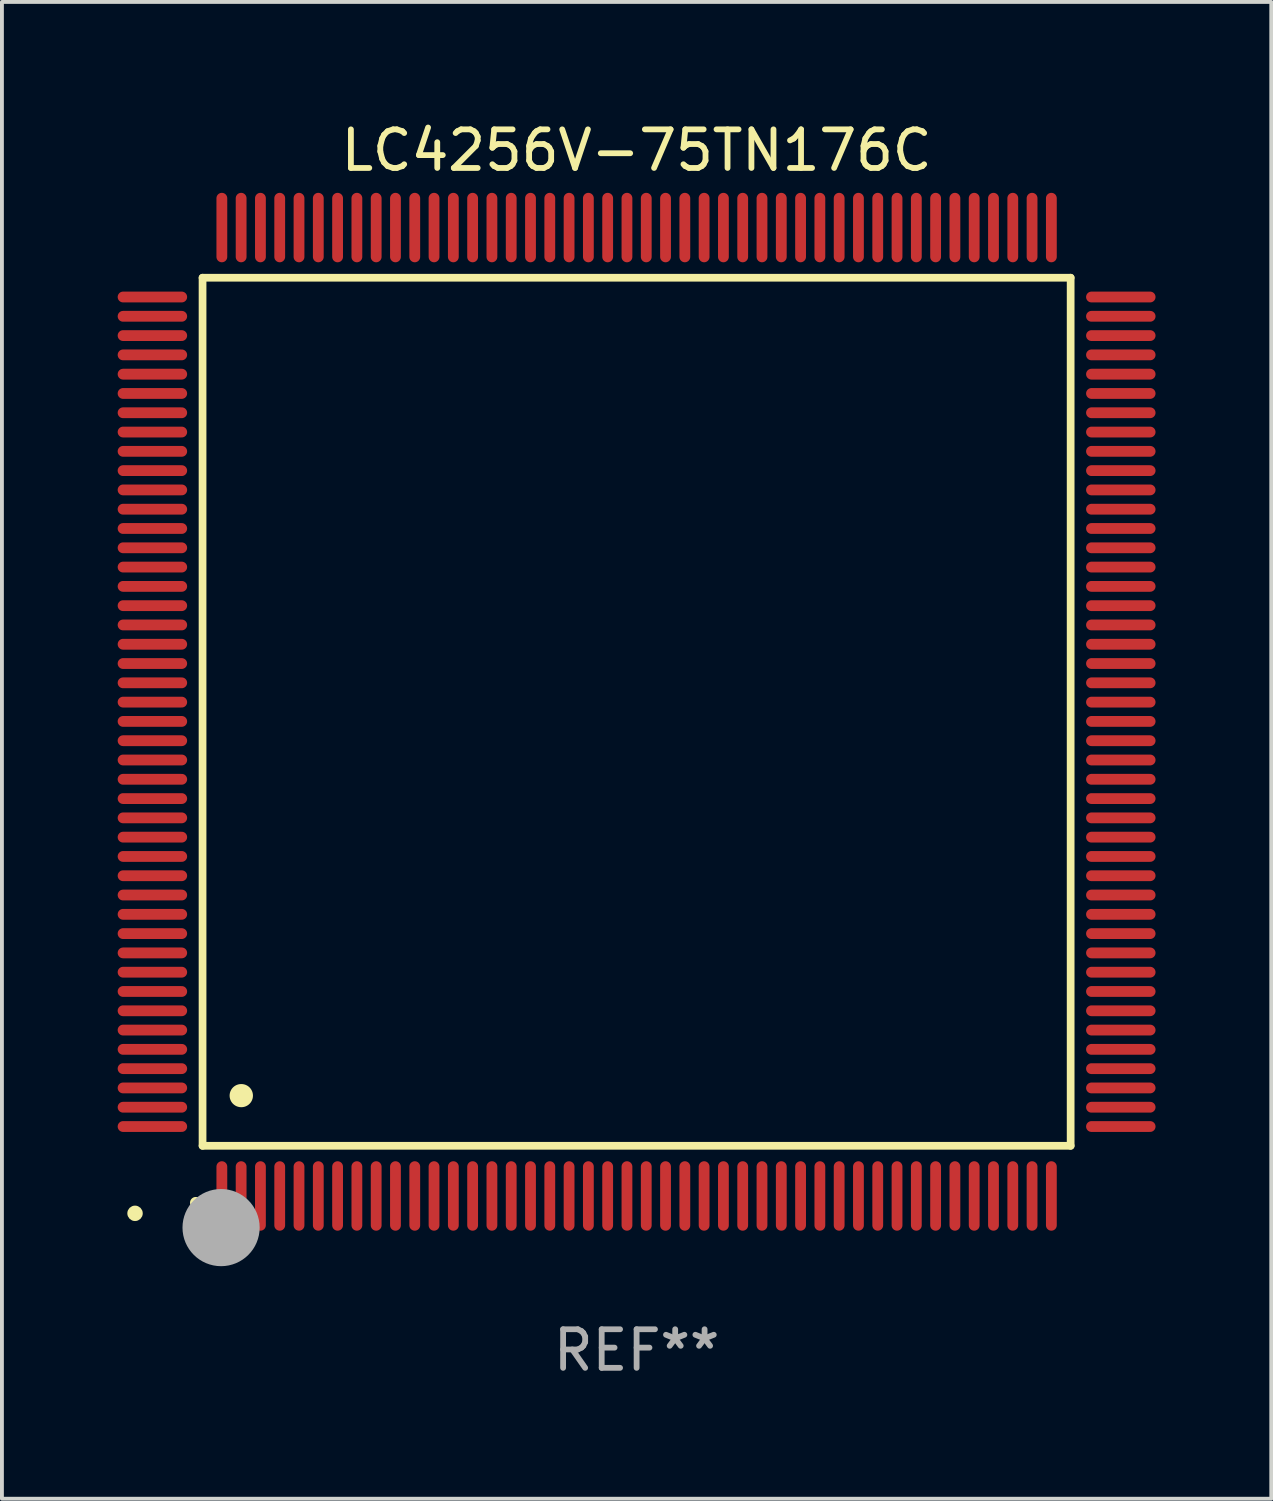
<source format=kicad_pcb>
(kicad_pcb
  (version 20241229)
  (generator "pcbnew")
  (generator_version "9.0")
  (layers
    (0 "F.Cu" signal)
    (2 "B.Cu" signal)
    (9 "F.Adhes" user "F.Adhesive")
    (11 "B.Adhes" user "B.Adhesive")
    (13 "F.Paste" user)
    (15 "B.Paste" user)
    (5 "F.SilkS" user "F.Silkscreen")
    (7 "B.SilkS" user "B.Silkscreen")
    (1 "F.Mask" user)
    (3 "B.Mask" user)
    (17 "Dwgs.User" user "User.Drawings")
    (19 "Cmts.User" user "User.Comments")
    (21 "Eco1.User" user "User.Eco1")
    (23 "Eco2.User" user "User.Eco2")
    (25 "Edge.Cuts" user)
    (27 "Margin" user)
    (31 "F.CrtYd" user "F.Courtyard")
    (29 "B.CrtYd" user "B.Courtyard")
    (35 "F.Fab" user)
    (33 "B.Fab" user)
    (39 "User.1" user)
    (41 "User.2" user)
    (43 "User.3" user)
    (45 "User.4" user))
  (footprint "LC4256V-75TN176C"
    (layer "F.Cu")
    (at 13.45 15.398)
    (property "Reference" "LC4256V-75TN176C" (at 0 -14.55 0) (layer "F.SilkS") (effects (font (size 1 1) (thickness 0.15))))
    (attr through_hole)
    (fp_line (start -11.25 -11.25) (end 11.25 -11.25) (stroke (width 0.2) (type solid)) (layer "F.SilkS"))
    (fp_line (start -11.25 11.25) (end -11.25 -11.25) (stroke (width 0.2) (type solid)) (layer "F.SilkS"))
    (fp_line (start 11.25 -11.25) (end 11.25 11.25) (stroke (width 0.2) (type solid)) (layer "F.SilkS"))
    (fp_line (start 11.25 11.25) (end -11.25 11.25) (stroke (width 0.2) (type solid)) (layer "F.SilkS"))
    (fp_arc (start -11.424943 12.725425) (mid -11.423673 12.72542) (end -11.422403 12.725425) (stroke (width 0.3) (type solid)) (layer "F.SilkS"))
    (fp_arc (start -10.24892 9.9492) (mid -10.24638 9.949189) (end -10.24384 9.9492) (stroke (width 0.6) (type solid)) (layer "F.SilkS"))
    (fp_circle (center -13 13) (end -12.9 13) (stroke (width 0.2) (type solid)) (fill no) (layer "F.SilkS"))
    (fp_circle (center -10.77 13.37) (end -10.27 13.37) (stroke (width 1) (type solid)) (fill no) (layer "F.Fab"))
    (fp_text user "REF**" (at 0 16.55 0) (layer "F.Fab") (effects (font (size 1 1) (thickness 0.15))))
    (pad "1" smd oval (at -10.75 12.55) (size 0.28 1.8) (layers "F.Cu" "F.Mask" "F.Paste"))
    (pad "2" smd oval (at -10.25 12.55) (size 0.28 1.8) (layers "F.Cu" "F.Mask" "F.Paste"))
    (pad "3" smd oval (at -9.75 12.55) (size 0.28 1.8) (layers "F.Cu" "F.Mask" "F.Paste"))
    (pad "4" smd oval (at -9.25 12.55) (size 0.28 1.8) (layers "F.Cu" "F.Mask" "F.Paste"))
    (pad "5" smd oval (at -8.75 12.55) (size 0.28 1.8) (layers "F.Cu" "F.Mask" "F.Paste"))
    (pad "6" smd oval (at -8.25 12.55) (size 0.28 1.8) (layers "F.Cu" "F.Mask" "F.Paste"))
    (pad "7" smd oval (at -7.75 12.55) (size 0.28 1.8) (layers "F.Cu" "F.Mask" "F.Paste"))
    (pad "8" smd oval (at -7.25 12.55) (size 0.28 1.8) (layers "F.Cu" "F.Mask" "F.Paste"))
    (pad "9" smd oval (at -6.75 12.55) (size 0.28 1.8) (layers "F.Cu" "F.Mask" "F.Paste"))
    (pad "10" smd oval (at -6.25 12.55) (size 0.28 1.8) (layers "F.Cu" "F.Mask" "F.Paste"))
    (pad "11" smd oval (at -5.75 12.55) (size 0.28 1.8) (layers "F.Cu" "F.Mask" "F.Paste"))
    (pad "12" smd oval (at -5.25 12.55) (size 0.28 1.8) (layers "F.Cu" "F.Mask" "F.Paste"))
    (pad "13" smd oval (at -4.75 12.55) (size 0.28 1.8) (layers "F.Cu" "F.Mask" "F.Paste"))
    (pad "14" smd oval (at -4.25 12.55) (size 0.28 1.8) (layers "F.Cu" "F.Mask" "F.Paste"))
    (pad "15" smd oval (at -3.75 12.55) (size 0.28 1.8) (layers "F.Cu" "F.Mask" "F.Paste"))
    (pad "16" smd oval (at -3.25 12.55) (size 0.28 1.8) (layers "F.Cu" "F.Mask" "F.Paste"))
    (pad "17" smd oval (at -2.75 12.55) (size 0.28 1.8) (layers "F.Cu" "F.Mask" "F.Paste"))
    (pad "18" smd oval (at -2.25 12.55) (size 0.28 1.8) (layers "F.Cu" "F.Mask" "F.Paste"))
    (pad "19" smd oval (at -1.75 12.55) (size 0.28 1.8) (layers "F.Cu" "F.Mask" "F.Paste"))
    (pad "20" smd oval (at -1.25 12.55) (size 0.28 1.8) (layers "F.Cu" "F.Mask" "F.Paste"))
    (pad "21" smd oval (at -0.75 12.55) (size 0.28 1.8) (layers "F.Cu" "F.Mask" "F.Paste"))
    (pad "22" smd oval (at -0.25 12.55) (size 0.28 1.8) (layers "F.Cu" "F.Mask" "F.Paste"))
    (pad "23" smd oval (at 0.25 12.55) (size 0.28 1.8) (layers "F.Cu" "F.Mask" "F.Paste"))
    (pad "24" smd oval (at 0.75 12.55) (size 0.28 1.8) (layers "F.Cu" "F.Mask" "F.Paste"))
    (pad "25" smd oval (at 1.25 12.55) (size 0.28 1.8) (layers "F.Cu" "F.Mask" "F.Paste"))
    (pad "26" smd oval (at 1.75 12.55) (size 0.28 1.8) (layers "F.Cu" "F.Mask" "F.Paste"))
    (pad "27" smd oval (at 2.25 12.55) (size 0.28 1.8) (layers "F.Cu" "F.Mask" "F.Paste"))
    (pad "28" smd oval (at 2.75 12.55) (size 0.28 1.8) (layers "F.Cu" "F.Mask" "F.Paste"))
    (pad "29" smd oval (at 3.25 12.55) (size 0.28 1.8) (layers "F.Cu" "F.Mask" "F.Paste"))
    (pad "30" smd oval (at 3.75 12.55) (size 0.28 1.8) (layers "F.Cu" "F.Mask" "F.Paste"))
    (pad "31" smd oval (at 4.25 12.55) (size 0.28 1.8) (layers "F.Cu" "F.Mask" "F.Paste"))
    (pad "32" smd oval (at 4.75 12.55) (size 0.28 1.8) (layers "F.Cu" "F.Mask" "F.Paste"))
    (pad "33" smd oval (at 5.25 12.55) (size 0.28 1.8) (layers "F.Cu" "F.Mask" "F.Paste"))
    (pad "34" smd oval (at 5.75 12.55) (size 0.28 1.8) (layers "F.Cu" "F.Mask" "F.Paste"))
    (pad "35" smd oval (at 6.25 12.55) (size 0.28 1.8) (layers "F.Cu" "F.Mask" "F.Paste"))
    (pad "36" smd oval (at 6.75 12.55) (size 0.28 1.8) (layers "F.Cu" "F.Mask" "F.Paste"))
    (pad "37" smd oval (at 7.25 12.55) (size 0.28 1.8) (layers "F.Cu" "F.Mask" "F.Paste"))
    (pad "38" smd oval (at 7.75 12.55) (size 0.28 1.8) (layers "F.Cu" "F.Mask" "F.Paste"))
    (pad "39" smd oval (at 8.25 12.55) (size 0.28 1.8) (layers "F.Cu" "F.Mask" "F.Paste"))
    (pad "40" smd oval (at 8.75 12.55) (size 0.28 1.8) (layers "F.Cu" "F.Mask" "F.Paste"))
    (pad "41" smd oval (at 9.25 12.55) (size 0.28 1.8) (layers "F.Cu" "F.Mask" "F.Paste"))
    (pad "42" smd oval (at 9.75 12.55) (size 0.28 1.8) (layers "F.Cu" "F.Mask" "F.Paste"))
    (pad "43" smd oval (at 10.25 12.55) (size 0.28 1.8) (layers "F.Cu" "F.Mask" "F.Paste"))
    (pad "44" smd oval (at 10.75 12.55) (size 0.28 1.8) (layers "F.Cu" "F.Mask" "F.Paste"))
    (pad "45" smd oval (at 12.55 10.75) (size 1.8 0.28) (layers "F.Cu" "F.Mask" "F.Paste"))
    (pad "46" smd oval (at 12.55 10.25) (size 1.8 0.28) (layers "F.Cu" "F.Mask" "F.Paste"))
    (pad "47" smd oval (at 12.55 9.75) (size 1.8 0.28) (layers "F.Cu" "F.Mask" "F.Paste"))
    (pad "48" smd oval (at 12.55 9.25) (size 1.8 0.28) (layers "F.Cu" "F.Mask" "F.Paste"))
    (pad "49" smd oval (at 12.55 8.75) (size 1.8 0.28) (layers "F.Cu" "F.Mask" "F.Paste"))
    (pad "50" smd oval (at 12.55 8.25) (size 1.8 0.28) (layers "F.Cu" "F.Mask" "F.Paste"))
    (pad "51" smd oval (at 12.55 7.75) (size 1.8 0.28) (layers "F.Cu" "F.Mask" "F.Paste"))
    (pad "52" smd oval (at 12.55 7.25) (size 1.8 0.28) (layers "F.Cu" "F.Mask" "F.Paste"))
    (pad "53" smd oval (at 12.55 6.75) (size 1.8 0.28) (layers "F.Cu" "F.Mask" "F.Paste"))
    (pad "54" smd oval (at 12.55 6.25) (size 1.8 0.28) (layers "F.Cu" "F.Mask" "F.Paste"))
    (pad "55" smd oval (at 12.55 5.75) (size 1.8 0.28) (layers "F.Cu" "F.Mask" "F.Paste"))
    (pad "56" smd oval (at 12.55 5.25) (size 1.8 0.28) (layers "F.Cu" "F.Mask" "F.Paste"))
    (pad "57" smd oval (at 12.55 4.75) (size 1.8 0.28) (layers "F.Cu" "F.Mask" "F.Paste"))
    (pad "58" smd oval (at 12.55 4.25) (size 1.8 0.28) (layers "F.Cu" "F.Mask" "F.Paste"))
    (pad "59" smd oval (at 12.55 3.75) (size 1.8 0.28) (layers "F.Cu" "F.Mask" "F.Paste"))
    (pad "60" smd oval (at 12.55 3.25) (size 1.8 0.28) (layers "F.Cu" "F.Mask" "F.Paste"))
    (pad "61" smd oval (at 12.55 2.75) (size 1.8 0.28) (layers "F.Cu" "F.Mask" "F.Paste"))
    (pad "62" smd oval (at 12.55 2.25) (size 1.8 0.28) (layers "F.Cu" "F.Mask" "F.Paste"))
    (pad "63" smd oval (at 12.55 1.75) (size 1.8 0.28) (layers "F.Cu" "F.Mask" "F.Paste"))
    (pad "64" smd oval (at 12.55 1.25) (size 1.8 0.28) (layers "F.Cu" "F.Mask" "F.Paste"))
    (pad "65" smd oval (at 12.55 0.75) (size 1.8 0.28) (layers "F.Cu" "F.Mask" "F.Paste"))
    (pad "66" smd oval (at 12.55 0.25) (size 1.8 0.28) (layers "F.Cu" "F.Mask" "F.Paste"))
    (pad "67" smd oval (at 12.55 -0.25) (size 1.8 0.28) (layers "F.Cu" "F.Mask" "F.Paste"))
    (pad "68" smd oval (at 12.55 -0.75) (size 1.8 0.28) (layers "F.Cu" "F.Mask" "F.Paste"))
    (pad "69" smd oval (at 12.55 -1.25) (size 1.8 0.28) (layers "F.Cu" "F.Mask" "F.Paste"))
    (pad "70" smd oval (at 12.55 -1.75) (size 1.8 0.28) (layers "F.Cu" "F.Mask" "F.Paste"))
    (pad "71" smd oval (at 12.55 -2.25) (size 1.8 0.28) (layers "F.Cu" "F.Mask" "F.Paste"))
    (pad "72" smd oval (at 12.55 -2.75) (size 1.8 0.28) (layers "F.Cu" "F.Mask" "F.Paste"))
    (pad "73" smd oval (at 12.55 -3.25) (size 1.8 0.28) (layers "F.Cu" "F.Mask" "F.Paste"))
    (pad "74" smd oval (at 12.55 -3.75) (size 1.8 0.28) (layers "F.Cu" "F.Mask" "F.Paste"))
    (pad "75" smd oval (at 12.55 -4.25) (size 1.8 0.28) (layers "F.Cu" "F.Mask" "F.Paste"))
    (pad "76" smd oval (at 12.55 -4.75) (size 1.8 0.28) (layers "F.Cu" "F.Mask" "F.Paste"))
    (pad "77" smd oval (at 12.55 -5.25) (size 1.8 0.28) (layers "F.Cu" "F.Mask" "F.Paste"))
    (pad "78" smd oval (at 12.55 -5.75) (size 1.8 0.28) (layers "F.Cu" "F.Mask" "F.Paste"))
    (pad "79" smd oval (at 12.55 -6.25) (size 1.8 0.28) (layers "F.Cu" "F.Mask" "F.Paste"))
    (pad "80" smd oval (at 12.55 -6.75) (size 1.8 0.28) (layers "F.Cu" "F.Mask" "F.Paste"))
    (pad "81" smd oval (at 12.55 -7.25) (size 1.8 0.28) (layers "F.Cu" "F.Mask" "F.Paste"))
    (pad "82" smd oval (at 12.55 -7.75) (size 1.8 0.28) (layers "F.Cu" "F.Mask" "F.Paste"))
    (pad "83" smd oval (at 12.55 -8.25) (size 1.8 0.28) (layers "F.Cu" "F.Mask" "F.Paste"))
    (pad "84" smd oval (at 12.55 -8.75) (size 1.8 0.28) (layers "F.Cu" "F.Mask" "F.Paste"))
    (pad "85" smd oval (at 12.55 -9.25) (size 1.8 0.28) (layers "F.Cu" "F.Mask" "F.Paste"))
    (pad "86" smd oval (at 12.55 -9.75) (size 1.8 0.28) (layers "F.Cu" "F.Mask" "F.Paste"))
    (pad "87" smd oval (at 12.55 -10.25) (size 1.8 0.28) (layers "F.Cu" "F.Mask" "F.Paste"))
    (pad "88" smd oval (at 12.55 -10.75) (size 1.8 0.28) (layers "F.Cu" "F.Mask" "F.Paste"))
    (pad "89" smd oval (at 10.75 -12.55) (size 0.28 1.8) (layers "F.Cu" "F.Mask" "F.Paste"))
    (pad "90" smd oval (at 10.25 -12.55) (size 0.28 1.8) (layers "F.Cu" "F.Mask" "F.Paste"))
    (pad "91" smd oval (at 9.75 -12.55) (size 0.28 1.8) (layers "F.Cu" "F.Mask" "F.Paste"))
    (pad "92" smd oval (at 9.25 -12.55) (size 0.28 1.8) (layers "F.Cu" "F.Mask" "F.Paste"))
    (pad "93" smd oval (at 8.75 -12.55) (size 0.28 1.8) (layers "F.Cu" "F.Mask" "F.Paste"))
    (pad "94" smd oval (at 8.25 -12.55) (size 0.28 1.8) (layers "F.Cu" "F.Mask" "F.Paste"))
    (pad "95" smd oval (at 7.75 -12.55) (size 0.28 1.8) (layers "F.Cu" "F.Mask" "F.Paste"))
    (pad "96" smd oval (at 7.25 -12.55) (size 0.28 1.8) (layers "F.Cu" "F.Mask" "F.Paste"))
    (pad "97" smd oval (at 6.75 -12.55) (size 0.28 1.8) (layers "F.Cu" "F.Mask" "F.Paste"))
    (pad "98" smd oval (at 6.25 -12.55) (size 0.28 1.8) (layers "F.Cu" "F.Mask" "F.Paste"))
    (pad "99" smd oval (at 5.75 -12.55) (size 0.28 1.8) (layers "F.Cu" "F.Mask" "F.Paste"))
    (pad "100" smd oval (at 5.25 -12.55) (size 0.28 1.8) (layers "F.Cu" "F.Mask" "F.Paste"))
    (pad "101" smd oval (at 4.75 -12.55) (size 0.28 1.8) (layers "F.Cu" "F.Mask" "F.Paste"))
    (pad "102" smd oval (at 4.25 -12.55) (size 0.28 1.8) (layers "F.Cu" "F.Mask" "F.Paste"))
    (pad "103" smd oval (at 3.75 -12.55) (size 0.28 1.8) (layers "F.Cu" "F.Mask" "F.Paste"))
    (pad "104" smd oval (at 3.25 -12.55) (size 0.28 1.8) (layers "F.Cu" "F.Mask" "F.Paste"))
    (pad "105" smd oval (at 2.75 -12.55) (size 0.28 1.8) (layers "F.Cu" "F.Mask" "F.Paste"))
    (pad "106" smd oval (at 2.25 -12.55) (size 0.28 1.8) (layers "F.Cu" "F.Mask" "F.Paste"))
    (pad "107" smd oval (at 1.75 -12.55) (size 0.28 1.8) (layers "F.Cu" "F.Mask" "F.Paste"))
    (pad "108" smd oval (at 1.25 -12.55) (size 0.28 1.8) (layers "F.Cu" "F.Mask" "F.Paste"))
    (pad "109" smd oval (at 0.75 -12.55) (size 0.28 1.8) (layers "F.Cu" "F.Mask" "F.Paste"))
    (pad "110" smd oval (at 0.25 -12.55) (size 0.28 1.8) (layers "F.Cu" "F.Mask" "F.Paste"))
    (pad "111" smd oval (at -0.25 -12.55) (size 0.28 1.8) (layers "F.Cu" "F.Mask" "F.Paste"))
    (pad "112" smd oval (at -0.75 -12.55) (size 0.28 1.8) (layers "F.Cu" "F.Mask" "F.Paste"))
    (pad "113" smd oval (at -1.25 -12.55) (size 0.28 1.8) (layers "F.Cu" "F.Mask" "F.Paste"))
    (pad "114" smd oval (at -1.75 -12.55) (size 0.28 1.8) (layers "F.Cu" "F.Mask" "F.Paste"))
    (pad "115" smd oval (at -2.25 -12.55) (size 0.28 1.8) (layers "F.Cu" "F.Mask" "F.Paste"))
    (pad "116" smd oval (at -2.75 -12.55) (size 0.28 1.8) (layers "F.Cu" "F.Mask" "F.Paste"))
    (pad "117" smd oval (at -3.25 -12.55) (size 0.28 1.8) (layers "F.Cu" "F.Mask" "F.Paste"))
    (pad "118" smd oval (at -3.75 -12.55) (size 0.28 1.8) (layers "F.Cu" "F.Mask" "F.Paste"))
    (pad "119" smd oval (at -4.25 -12.55) (size 0.28 1.8) (layers "F.Cu" "F.Mask" "F.Paste"))
    (pad "120" smd oval (at -4.75 -12.55) (size 0.28 1.8) (layers "F.Cu" "F.Mask" "F.Paste"))
    (pad "121" smd oval (at -5.25 -12.55) (size 0.28 1.8) (layers "F.Cu" "F.Mask" "F.Paste"))
    (pad "122" smd oval (at -5.75 -12.55) (size 0.28 1.8) (layers "F.Cu" "F.Mask" "F.Paste"))
    (pad "123" smd oval (at -6.25 -12.55) (size 0.28 1.8) (layers "F.Cu" "F.Mask" "F.Paste"))
    (pad "124" smd oval (at -6.75 -12.55) (size 0.28 1.8) (layers "F.Cu" "F.Mask" "F.Paste"))
    (pad "125" smd oval (at -7.25 -12.55) (size 0.28 1.8) (layers "F.Cu" "F.Mask" "F.Paste"))
    (pad "126" smd oval (at -7.75 -12.55) (size 0.28 1.8) (layers "F.Cu" "F.Mask" "F.Paste"))
    (pad "127" smd oval (at -8.25 -12.55) (size 0.28 1.8) (layers "F.Cu" "F.Mask" "F.Paste"))
    (pad "128" smd oval (at -8.75 -12.55) (size 0.28 1.8) (layers "F.Cu" "F.Mask" "F.Paste"))
    (pad "129" smd oval (at -9.25 -12.55) (size 0.28 1.8) (layers "F.Cu" "F.Mask" "F.Paste"))
    (pad "130" smd oval (at -9.75 -12.55) (size 0.28 1.8) (layers "F.Cu" "F.Mask" "F.Paste"))
    (pad "131" smd oval (at -10.25 -12.55) (size 0.28 1.8) (layers "F.Cu" "F.Mask" "F.Paste"))
    (pad "132" smd oval (at -10.75 -12.55) (size 0.28 1.8) (layers "F.Cu" "F.Mask" "F.Paste"))
    (pad "133" smd oval (at -12.55 -10.75) (size 1.8 0.28) (layers "F.Cu" "F.Mask" "F.Paste"))
    (pad "134" smd oval (at -12.55 -10.25) (size 1.8 0.28) (layers "F.Cu" "F.Mask" "F.Paste"))
    (pad "135" smd oval (at -12.55 -9.75) (size 1.8 0.28) (layers "F.Cu" "F.Mask" "F.Paste"))
    (pad "136" smd oval (at -12.55 -9.25) (size 1.8 0.28) (layers "F.Cu" "F.Mask" "F.Paste"))
    (pad "137" smd oval (at -12.55 -8.75) (size 1.8 0.28) (layers "F.Cu" "F.Mask" "F.Paste"))
    (pad "138" smd oval (at -12.55 -8.25) (size 1.8 0.28) (layers "F.Cu" "F.Mask" "F.Paste"))
    (pad "139" smd oval (at -12.55 -7.75) (size 1.8 0.28) (layers "F.Cu" "F.Mask" "F.Paste"))
    (pad "140" smd oval (at -12.55 -7.25) (size 1.8 0.28) (layers "F.Cu" "F.Mask" "F.Paste"))
    (pad "141" smd oval (at -12.55 -6.75) (size 1.8 0.28) (layers "F.Cu" "F.Mask" "F.Paste"))
    (pad "142" smd oval (at -12.55 -6.25) (size 1.8 0.28) (layers "F.Cu" "F.Mask" "F.Paste"))
    (pad "143" smd oval (at -12.55 -5.75) (size 1.8 0.28) (layers "F.Cu" "F.Mask" "F.Paste"))
    (pad "144" smd oval (at -12.55 -5.25) (size 1.8 0.28) (layers "F.Cu" "F.Mask" "F.Paste"))
    (pad "145" smd oval (at -12.55 -4.75) (size 1.8 0.28) (layers "F.Cu" "F.Mask" "F.Paste"))
    (pad "146" smd oval (at -12.55 -4.25) (size 1.8 0.28) (layers "F.Cu" "F.Mask" "F.Paste"))
    (pad "147" smd oval (at -12.55 -3.75) (size 1.8 0.28) (layers "F.Cu" "F.Mask" "F.Paste"))
    (pad "148" smd oval (at -12.55 -3.25) (size 1.8 0.28) (layers "F.Cu" "F.Mask" "F.Paste"))
    (pad "149" smd oval (at -12.55 -2.75) (size 1.8 0.28) (layers "F.Cu" "F.Mask" "F.Paste"))
    (pad "150" smd oval (at -12.55 -2.25) (size 1.8 0.28) (layers "F.Cu" "F.Mask" "F.Paste"))
    (pad "151" smd oval (at -12.55 -1.75) (size 1.8 0.28) (layers "F.Cu" "F.Mask" "F.Paste"))
    (pad "152" smd oval (at -12.55 -1.25) (size 1.8 0.28) (layers "F.Cu" "F.Mask" "F.Paste"))
    (pad "153" smd oval (at -12.55 -0.75) (size 1.8 0.28) (layers "F.Cu" "F.Mask" "F.Paste"))
    (pad "154" smd oval (at -12.55 -0.25) (size 1.8 0.28) (layers "F.Cu" "F.Mask" "F.Paste"))
    (pad "155" smd oval (at -12.55 0.25) (size 1.8 0.28) (layers "F.Cu" "F.Mask" "F.Paste"))
    (pad "156" smd oval (at -12.55 0.75) (size 1.8 0.28) (layers "F.Cu" "F.Mask" "F.Paste"))
    (pad "157" smd oval (at -12.55 1.25) (size 1.8 0.28) (layers "F.Cu" "F.Mask" "F.Paste"))
    (pad "158" smd oval (at -12.55 1.75) (size 1.8 0.28) (layers "F.Cu" "F.Mask" "F.Paste"))
    (pad "159" smd oval (at -12.55 2.25) (size 1.8 0.28) (layers "F.Cu" "F.Mask" "F.Paste"))
    (pad "160" smd oval (at -12.55 2.75) (size 1.8 0.28) (layers "F.Cu" "F.Mask" "F.Paste"))
    (pad "161" smd oval (at -12.55 3.25) (size 1.8 0.28) (layers "F.Cu" "F.Mask" "F.Paste"))
    (pad "162" smd oval (at -12.55 3.75) (size 1.8 0.28) (layers "F.Cu" "F.Mask" "F.Paste"))
    (pad "163" smd oval (at -12.55 4.25) (size 1.8 0.28) (layers "F.Cu" "F.Mask" "F.Paste"))
    (pad "164" smd oval (at -12.55 4.75) (size 1.8 0.28) (layers "F.Cu" "F.Mask" "F.Paste"))
    (pad "165" smd oval (at -12.55 5.25) (size 1.8 0.28) (layers "F.Cu" "F.Mask" "F.Paste"))
    (pad "166" smd oval (at -12.55 5.75) (size 1.8 0.28) (layers "F.Cu" "F.Mask" "F.Paste"))
    (pad "167" smd oval (at -12.55 6.25) (size 1.8 0.28) (layers "F.Cu" "F.Mask" "F.Paste"))
    (pad "168" smd oval (at -12.55 6.75) (size 1.8 0.28) (layers "F.Cu" "F.Mask" "F.Paste"))
    (pad "169" smd oval (at -12.55 7.25) (size 1.8 0.28) (layers "F.Cu" "F.Mask" "F.Paste"))
    (pad "170" smd oval (at -12.55 7.75) (size 1.8 0.28) (layers "F.Cu" "F.Mask" "F.Paste"))
    (pad "171" smd oval (at -12.55 8.25) (size 1.8 0.28) (layers "F.Cu" "F.Mask" "F.Paste"))
    (pad "172" smd oval (at -12.55 8.75) (size 1.8 0.28) (layers "F.Cu" "F.Mask" "F.Paste"))
    (pad "173" smd oval (at -12.55 9.25) (size 1.8 0.28) (layers "F.Cu" "F.Mask" "F.Paste"))
    (pad "174" smd oval (at -12.55 9.75) (size 1.8 0.28) (layers "F.Cu" "F.Mask" "F.Paste"))
    (pad "175" smd oval (at -12.55 10.25) (size 1.8 0.28) (layers "F.Cu" "F.Mask" "F.Paste"))
    (pad "176" smd oval (at -12.55 10.75) (size 1.8 0.28) (layers "F.Cu" "F.Mask" "F.Paste")))
  (gr_rect
    (start -3 -3)
    (end 29.9 35.796)
    (stroke (width 0.1) (type default))
    (fill no)
    (layer "Edge.Cuts")))
</source>
